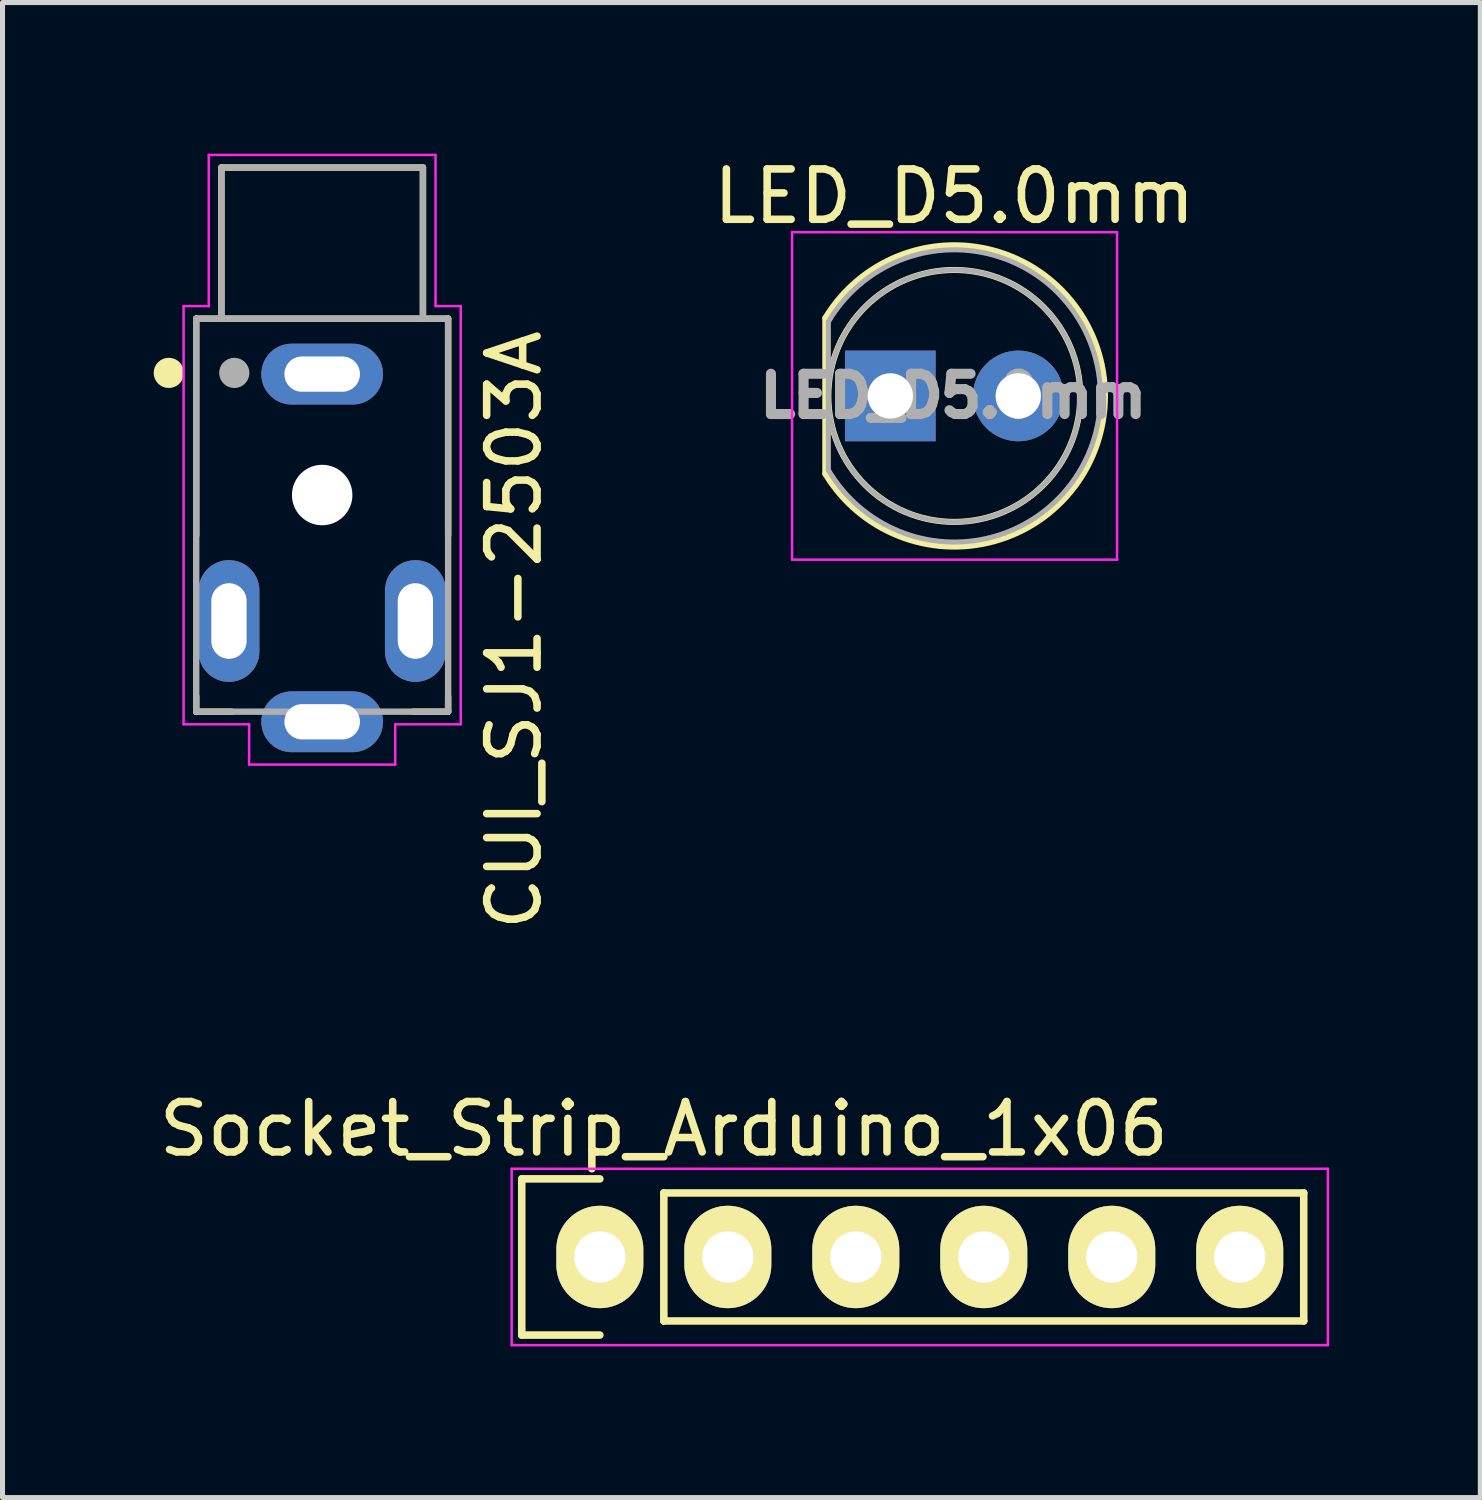
<source format=kicad_pcb>
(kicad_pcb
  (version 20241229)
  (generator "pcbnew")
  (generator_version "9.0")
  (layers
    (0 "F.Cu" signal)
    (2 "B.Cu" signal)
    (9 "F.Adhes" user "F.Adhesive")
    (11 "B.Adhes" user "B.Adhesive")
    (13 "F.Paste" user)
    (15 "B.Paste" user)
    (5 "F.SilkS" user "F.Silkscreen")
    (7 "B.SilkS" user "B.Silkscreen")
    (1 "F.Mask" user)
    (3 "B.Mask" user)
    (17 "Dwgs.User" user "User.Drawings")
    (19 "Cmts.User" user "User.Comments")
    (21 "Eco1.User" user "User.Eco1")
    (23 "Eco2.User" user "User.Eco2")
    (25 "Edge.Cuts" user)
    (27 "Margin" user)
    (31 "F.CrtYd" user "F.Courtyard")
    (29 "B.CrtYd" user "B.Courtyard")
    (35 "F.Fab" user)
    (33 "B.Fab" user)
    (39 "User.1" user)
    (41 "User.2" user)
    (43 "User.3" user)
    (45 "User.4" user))
  (footprint "Socket_Strip_Arduino_1x06"
    (layer "F.Cu")
    (at 8.855 21.897)
    (property "Reference" "Socket_Strip_Arduino_1x06" (at 1.27 -2.54 0) (layer "F.SilkS") (effects (font (size 1 1) (thickness 0.15))))
    (attr through_hole)
    (fp_line (start -1.55 -1.55) (end -1.55 1.55) (stroke (width 0.15) (type solid)) (layer "F.SilkS"))
    (fp_line (start -1.55 1.55) (end 0 1.55) (stroke (width 0.15) (type solid)) (layer "F.SilkS"))
    (fp_line (start 0 -1.55) (end -1.55 -1.55) (stroke (width 0.15) (type solid)) (layer "F.SilkS"))
    (fp_line (start 1.27 1.27) (end 1.27 -1.27) (stroke (width 0.15) (type solid)) (layer "F.SilkS"))
    (fp_line (start 1.27 1.27) (end 13.97 1.27) (stroke (width 0.15) (type solid)) (layer "F.SilkS"))
    (fp_line (start 13.97 -1.27) (end 1.27 -1.27) (stroke (width 0.15) (type solid)) (layer "F.SilkS"))
    (fp_line (start 13.97 1.27) (end 13.97 -1.27) (stroke (width 0.15) (type solid)) (layer "F.SilkS"))
    (fp_line (start -1.75 -1.75) (end -1.75 1.75) (stroke (width 0.05) (type solid)) (layer "F.CrtYd"))
    (fp_line (start -1.75 -1.75) (end 14.45 -1.75) (stroke (width 0.05) (type solid)) (layer "F.CrtYd"))
    (fp_line (start -1.75 1.75) (end 14.45 1.75) (stroke (width 0.05) (type solid)) (layer "F.CrtYd"))
    (fp_line (start 14.45 -1.75) (end 14.45 1.75) (stroke (width 0.05) (type solid)) (layer "F.CrtYd"))
    (pad "1" thru_hole oval (at 0 0) (size 1.727 2.032) (drill 1.016) (layers "*.Cu" "*.Mask" "F.SilkS"))
    (pad "2" thru_hole oval (at 2.54 0) (size 1.727 2.032) (drill 1.016) (layers "*.Cu" "*.Mask" "F.SilkS"))
    (pad "3" thru_hole oval (at 5.08 0) (size 1.727 2.032) (drill 1.016) (layers "*.Cu" "*.Mask" "F.SilkS"))
    (pad "4" thru_hole oval (at 7.62 0) (size 1.727 2.032) (drill 1.016) (layers "*.Cu" "*.Mask" "F.SilkS"))
    (pad "5" thru_hole oval (at 10.16 0) (size 1.727 2.032) (drill 1.016) (layers "*.Cu" "*.Mask" "F.SilkS"))
    (pad "6" thru_hole oval (at 12.7 0) (size 1.727 2.032) (drill 1.016) (layers "*.Cu" "*.Mask" "F.SilkS")))
  (footprint "CUI_SJ1-2503A"
    (layer "F.Cu")
    (at 3.344 4.375)
    (property "Reference" "CUI_SJ1-2503A" (at 3.81 5.08 90) (layer "F.SilkS") (effects (font (size 1 1) (thickness 0.15))))
    (attr through_hole)
    (fp_line (start -2.5 -1.1) (end -2 -1.1) (stroke (width 0.127) (type solid)) (layer "F.SilkS"))
    (fp_line (start -2.5 3.2) (end -2.5 -1.1) (stroke (width 0.127) (type solid)) (layer "F.SilkS"))
    (fp_line (start -2.5 6.7) (end -2.5 6.4) (stroke (width 0.127) (type solid)) (layer "F.SilkS"))
    (fp_line (start -2 -4.1) (end -2 -1.1) (stroke (width 0.127) (type solid)) (layer "F.SilkS"))
    (fp_line (start -2 -1.1) (end 2 -1.1) (stroke (width 0.127) (type solid)) (layer "F.SilkS"))
    (fp_line (start -1.8 6.7) (end -2.5 6.7) (stroke (width 0.127) (type solid)) (layer "F.SilkS"))
    (fp_line (start 1.8 6.7) (end 2.5 6.7) (stroke (width 0.127) (type solid)) (layer "F.SilkS"))
    (fp_line (start 2 -4.1) (end -2 -4.1) (stroke (width 0.127) (type solid)) (layer "F.SilkS"))
    (fp_line (start 2 -1.1) (end 2 -4.1) (stroke (width 0.127) (type solid)) (layer "F.SilkS"))
    (fp_line (start 2 -1.1) (end 2.5 -1.1) (stroke (width 0.127) (type solid)) (layer "F.SilkS"))
    (fp_line (start 2.5 -1.1) (end 2.5 3.2) (stroke (width 0.127) (type solid)) (layer "F.SilkS"))
    (fp_line (start 2.5 6.7) (end 2.5 6.4) (stroke (width 0.127) (type solid)) (layer "F.SilkS"))
    (fp_circle (center -3.044 -0.024) (end -2.894 -0.024) (stroke (width 0.3) (type solid)) (fill no) (layer "F.SilkS"))
    (fp_line (start -2.75 -1.35) (end -2.75 6.95) (stroke (width 0.05) (type solid)) (layer "F.CrtYd"))
    (fp_line (start -2.75 6.95) (end -1.45 6.95) (stroke (width 0.05) (type solid)) (layer "F.CrtYd"))
    (fp_line (start -2.25 -4.35) (end -2.25 -1.35) (stroke (width 0.05) (type solid)) (layer "F.CrtYd"))
    (fp_line (start -2.25 -1.35) (end -2.75 -1.35) (stroke (width 0.05) (type solid)) (layer "F.CrtYd"))
    (fp_line (start -1.45 6.95) (end -1.45 7.75) (stroke (width 0.05) (type solid)) (layer "F.CrtYd"))
    (fp_line (start -1.45 7.75) (end 1.45 7.75) (stroke (width 0.05) (type solid)) (layer "F.CrtYd"))
    (fp_line (start 1.45 6.95) (end 2.75 6.95) (stroke (width 0.05) (type solid)) (layer "F.CrtYd"))
    (fp_line (start 1.45 7.75) (end 1.45 6.95) (stroke (width 0.05) (type solid)) (layer "F.CrtYd"))
    (fp_line (start 2.25 -4.35) (end -2.25 -4.35) (stroke (width 0.05) (type solid)) (layer "F.CrtYd"))
    (fp_line (start 2.25 -1.35) (end 2.25 -4.35) (stroke (width 0.05) (type solid)) (layer "F.CrtYd"))
    (fp_line (start 2.75 -1.35) (end 2.25 -1.35) (stroke (width 0.05) (type solid)) (layer "F.CrtYd"))
    (fp_line (start 2.75 6.95) (end 2.75 -1.35) (stroke (width 0.05) (type solid)) (layer "F.CrtYd"))
    (fp_line (start -2.5 -1.1) (end -2 -1.1) (stroke (width 0.127) (type solid)) (layer "F.Fab"))
    (fp_line (start -2.5 6.7) (end -2.5 -1.1) (stroke (width 0.127) (type solid)) (layer "F.Fab"))
    (fp_line (start -2 -4.1) (end -2 -1.1) (stroke (width 0.127) (type solid)) (layer "F.Fab"))
    (fp_line (start -2 -1.1) (end 2 -1.1) (stroke (width 0.127) (type solid)) (layer "F.Fab"))
    (fp_line (start 2 -4.1) (end -2 -4.1) (stroke (width 0.127) (type solid)) (layer "F.Fab"))
    (fp_line (start 2 -1.1) (end 2 -4.1) (stroke (width 0.127) (type solid)) (layer "F.Fab"))
    (fp_line (start 2 -1.1) (end 2.5 -1.1) (stroke (width 0.127) (type solid)) (layer "F.Fab"))
    (fp_line (start 2.5 -1.1) (end 2.5 6.7) (stroke (width 0.127) (type solid)) (layer "F.Fab"))
    (fp_line (start 2.5 6.7) (end -2.5 6.7) (stroke (width 0.127) (type solid)) (layer "F.Fab"))
    (fp_circle (center -1.744 -0.024) (end -1.594 -0.024) (stroke (width 0.3) (type solid)) (fill no) (layer "F.Fab"))
    (pad "" np_thru_hole circle (at 0 2.4) (size 1.2 1.2) (drill 1.2) (layers "*.Cu" "*.Mask"))
    (pad "1" thru_hole oval (at 0 0) (size 2.416 1.208) (drill oval 1.5 0.7) (layers "*.Cu" "*.Mask"))
    (pad "2" thru_hole oval (at -1.85 4.9) (size 1.208 2.416) (drill oval 0.7 1.5) (layers "*.Cu" "*.Mask"))
    (pad "3" thru_hole oval (at 1.85 4.9) (size 1.208 2.416) (drill oval 0.7 1.5) (layers "*.Cu" "*.Mask"))
    (pad "4" thru_hole oval (at 0 6.9) (size 2.416 1.208) (drill oval 1.5 0.7) (layers "*.Cu" "*.Mask")))
  (footprint "LED_D5.0mm"
    (layer "F.Cu")
    (at 14.62 4.808)
    (property "Reference" "LED_D5.0mm" (at 1.27 -3.96 0) (layer "F.SilkS") (effects (font (size 1 1) (thickness 0.15))))
    (attr through_hole)
    (fp_line (start -1.29 -1.545) (end -1.29 1.545) (stroke (width 0.12) (type solid)) (layer "F.SilkS"))
    (fp_arc (start -1.29 -1.54483) (mid 2.072002 -2.880433) (end 4.26 0.000462) (stroke (width 0.12) (type solid)) (layer "F.SilkS"))
    (fp_arc (start 4.26 -0.000462) (mid 2.072002 2.880433) (end -1.29 1.54483) (stroke (width 0.12) (type solid)) (layer "F.SilkS"))
    (fp_circle (center 1.27 0) (end 3.77 0) (stroke (width 0.12) (type solid)) (fill no) (layer "F.SilkS"))
    (fp_line (start -1.95 -3.25) (end -1.95 3.25) (stroke (width 0.05) (type solid)) (layer "F.CrtYd"))
    (fp_line (start -1.95 3.25) (end 4.5 3.25) (stroke (width 0.05) (type solid)) (layer "F.CrtYd"))
    (fp_line (start 4.5 -3.25) (end -1.95 -3.25) (stroke (width 0.05) (type solid)) (layer "F.CrtYd"))
    (fp_line (start 4.5 3.25) (end 4.5 -3.25) (stroke (width 0.05) (type solid)) (layer "F.CrtYd"))
    (fp_line (start -1.23 -1.47) (end -1.23 1.47) (stroke (width 0.1) (type solid)) (layer "F.Fab"))
    (fp_arc (start -1.23 -1.469694) (mid 4.17 0.000016) (end -1.230016 1.469666) (stroke (width 0.1) (type solid)) (layer "F.Fab"))
    (fp_circle (center 1.27 0) (end 3.77 0) (stroke (width 0.1) (type solid)) (fill no) (layer "F.Fab"))
    (fp_text user "${REFERENCE}" (at 1.25 0 0) (layer "F.Fab") (effects (font (size 0.8 0.8) (thickness 0.2))))
    (pad "1" thru_hole rect (at 0 0) (size 1.8 1.8) (drill 0.9) (layers "*.Cu" "*.Mask"))
    (pad "2" thru_hole circle (at 2.54 0) (size 1.8 1.8) (drill 0.9) (layers "*.Cu" "*.Mask")))
  (gr_rect
    (start -3 -3)
    (end 26.33 26.672)
    (stroke (width 0.1) (type default))
    (fill no)
    (layer "Edge.Cuts")))
</source>
